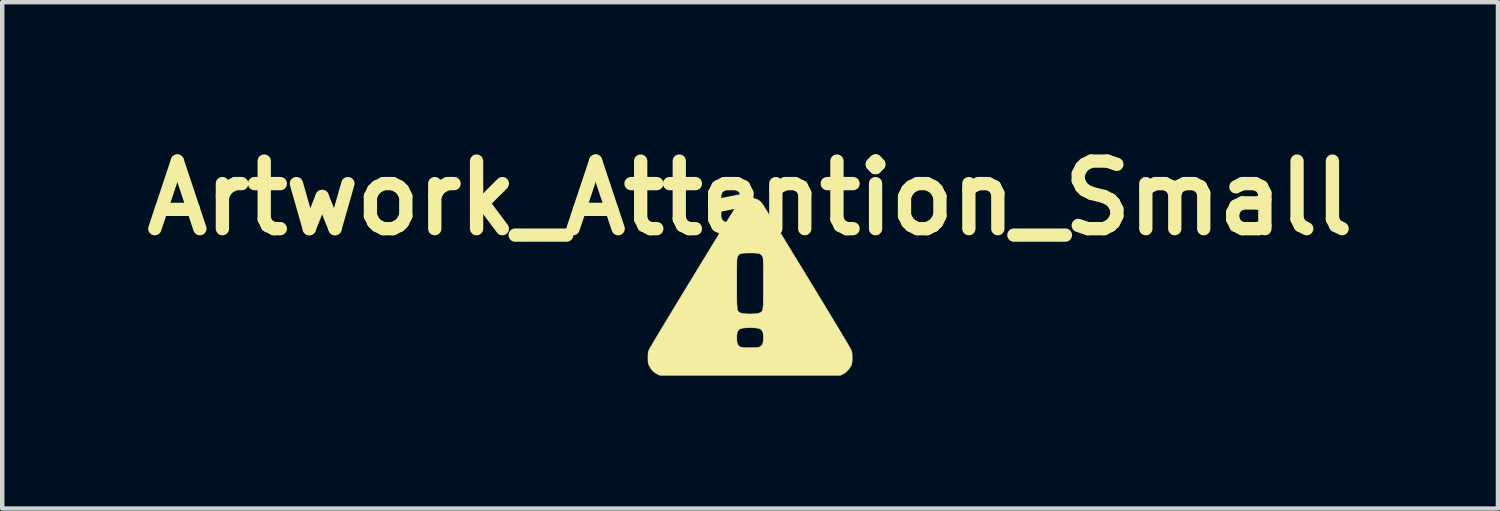
<source format=kicad_pcb>
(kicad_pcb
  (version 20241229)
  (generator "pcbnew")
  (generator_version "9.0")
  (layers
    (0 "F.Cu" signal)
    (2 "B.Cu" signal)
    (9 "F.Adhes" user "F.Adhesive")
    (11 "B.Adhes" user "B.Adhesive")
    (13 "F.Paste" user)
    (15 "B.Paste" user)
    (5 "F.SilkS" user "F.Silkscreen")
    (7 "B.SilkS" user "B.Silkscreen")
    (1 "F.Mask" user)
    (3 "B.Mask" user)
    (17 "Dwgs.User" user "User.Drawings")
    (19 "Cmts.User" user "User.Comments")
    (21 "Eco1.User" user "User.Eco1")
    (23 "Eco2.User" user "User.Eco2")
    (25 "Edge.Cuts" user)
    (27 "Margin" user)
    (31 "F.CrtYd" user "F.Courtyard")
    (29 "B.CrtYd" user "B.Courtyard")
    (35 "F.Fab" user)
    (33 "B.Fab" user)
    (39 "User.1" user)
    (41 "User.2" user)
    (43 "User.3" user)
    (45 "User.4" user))
  (footprint "Artwork_Attention_Small"
    (layer "F.Cu")
    (at 13.868 3.418)
    (property "Reference" "Artwork_Attention_Small" (at 0 -2 0) (layer "F.SilkS") (effects (font (size 1.524 1.524) (thickness 0.3))))
    (attr through_hole)
    (fp_poly (pts (xy 0.073 -1.989) (xy 0.13 -1.981) (xy 0.175 -1.963) (xy 0.217 -1.935) (xy 0.259 -1.892) (xy 0.267 -1.884) (xy 0.277 -1.869) (xy 0.299 -1.836) (xy 0.331 -1.785) (xy 0.373 -1.719) (xy 0.423 -1.638) (xy 0.482 -1.543) (xy 0.547 -1.437) (xy 0.619 -1.319) (xy 0.697 -1.193) (xy 0.78 -1.058) (xy 0.867 -0.916) (xy 0.957 -0.768) (xy 1.05 -0.616) (xy 1.145 -0.461) (xy 1.24 -0.305) (xy 1.336 -0.147) (xy 1.431 0.009) (xy 1.525 0.164) (xy 1.617 0.315) (xy 1.705 0.461) (xy 1.791 0.602) (xy 1.871 0.735) (xy 1.947 0.86) (xy 2.016 0.975) (xy 2.078 1.079) (xy 2.133 1.171) (xy 2.18 1.249) (xy 2.217 1.313) (xy 2.245 1.36) (xy 2.261 1.39) (xy 2.263 1.393) (xy 2.281 1.428) (xy 2.292 1.456) (xy 2.299 1.484) (xy 2.302 1.518) (xy 2.303 1.566) (xy 2.303 1.598) (xy 2.303 1.659) (xy 2.3 1.704) (xy 2.294 1.737) (xy 2.284 1.766) (xy 2.278 1.78) (xy 2.241 1.842) (xy 2.191 1.9) (xy 2.134 1.948) (xy 2.095 1.97) (xy 2.038 1.997) (xy -2.038 1.997) (xy -2.095 1.97) (xy -2.167 1.924) (xy -2.228 1.86) (xy -2.272 1.79) (xy -2.286 1.759) (xy -2.295 1.731) (xy -2.3 1.699) (xy -2.303 1.658) (xy -2.303 1.6) (xy -2.303 1.599) (xy -2.303 1.541) (xy -2.301 1.5) (xy -2.296 1.469) (xy -2.287 1.442) (xy -2.273 1.411) (xy -2.268 1.402) (xy -2.255 1.378) (xy -2.231 1.336) (xy -2.196 1.277) (xy -2.152 1.203) (xy -2.123 1.154) (xy -0.3 1.154) (xy -0.298 1.223) (xy -0.289 1.273) (xy -0.273 1.31) (xy -0.247 1.338) (xy -0.227 1.351) (xy -0.211 1.36) (xy -0.192 1.366) (xy -0.166 1.37) (xy -0.128 1.372) (xy -0.076 1.374) (xy -0.005 1.374) (xy -0.002 1.374) (xy 0.074 1.373) (xy 0.131 1.372) (xy 0.171 1.369) (xy 0.2 1.364) (xy 0.219 1.357) (xy 0.22 1.356) (xy 0.255 1.332) (xy 0.279 1.3) (xy 0.293 1.255) (xy 0.299 1.194) (xy 0.3 1.156) (xy 0.298 1.085) (xy 0.289 1.03) (xy 0.271 0.989) (xy 0.242 0.959) (xy 0.199 0.94) (xy 0.139 0.929) (xy 0.06 0.924) (xy 0 0.924) (xy -0.092 0.926) (xy -0.163 0.932) (xy -0.216 0.946) (xy -0.254 0.969) (xy -0.279 1.003) (xy -0.293 1.049) (xy -0.299 1.109) (xy -0.3 1.154) (xy -2.123 1.154) (xy -2.1 1.116) (xy -2.04 1.015) (xy -1.972 0.903) (xy -1.899 0.781) (xy -1.82 0.651) (xy -1.736 0.512) (xy -1.648 0.367) (xy -1.557 0.217) (xy -1.464 0.064) (xy -1.375 -0.083) (xy -0.3 -0.083) (xy -0.3 0.054) (xy -0.3 0.17) (xy -0.299 0.266) (xy -0.298 0.345) (xy -0.296 0.409) (xy -0.292 0.459) (xy -0.288 0.497) (xy -0.281 0.526) (xy -0.273 0.547) (xy -0.263 0.561) (xy -0.25 0.572) (xy -0.234 0.581) (xy -0.216 0.589) (xy -0.214 0.59) (xy -0.177 0.601) (xy -0.123 0.608) (xy -0.057 0.612) (xy 0.013 0.613) (xy 0.082 0.611) (xy 0.144 0.606) (xy 0.193 0.597) (xy 0.214 0.59) (xy 0.233 0.582) (xy 0.249 0.573) (xy 0.262 0.562) (xy 0.272 0.548) (xy 0.281 0.528) (xy 0.287 0.5) (xy 0.292 0.463) (xy 0.296 0.414) (xy 0.298 0.351) (xy 0.299 0.274) (xy 0.3 0.179) (xy 0.3 0.065) (xy 0.3 -0.07) (xy 0.3 -0.083) (xy 0.3 -0.212) (xy 0.3 -0.321) (xy 0.3 -0.41) (xy 0.299 -0.483) (xy 0.298 -0.54) (xy 0.297 -0.585) (xy 0.295 -0.618) (xy 0.292 -0.643) (xy 0.289 -0.661) (xy 0.285 -0.674) (xy 0.281 -0.684) (xy 0.278 -0.689) (xy 0.26 -0.714) (xy 0.24 -0.733) (xy 0.214 -0.746) (xy 0.179 -0.755) (xy 0.13 -0.759) (xy 0.065 -0.762) (xy 0 -0.762) (xy -0.081 -0.761) (xy -0.142 -0.759) (xy -0.188 -0.753) (xy -0.221 -0.744) (xy -0.245 -0.729) (xy -0.264 -0.709) (xy -0.278 -0.689) (xy -0.283 -0.68) (xy -0.287 -0.669) (xy -0.29 -0.655) (xy -0.293 -0.634) (xy -0.296 -0.606) (xy -0.297 -0.569) (xy -0.298 -0.519) (xy -0.299 -0.456) (xy -0.3 -0.377) (xy -0.3 -0.28) (xy -0.3 -0.163) (xy -0.3 -0.083) (xy -1.375 -0.083) (xy -1.369 -0.092) (xy -1.273 -0.25) (xy -1.177 -0.407) (xy -1.082 -0.563) (xy -0.988 -0.716) (xy -0.897 -0.866) (xy -0.808 -1.011) (xy -0.724 -1.149) (xy -0.643 -1.279) (xy -0.569 -1.401) (xy -0.5 -1.512) (xy -0.438 -1.612) (xy -0.384 -1.699) (xy -0.338 -1.772) (xy -0.302 -1.83) (xy -0.276 -1.871) (xy -0.26 -1.894) (xy -0.256 -1.899) (xy -0.213 -1.938) (xy -0.172 -1.965) (xy -0.127 -1.981) (xy -0.072 -1.989) (xy -0.000157 -1.992) (xy 0 -1.992) (xy 0.073 -1.989)) (stroke (width 0.01) (type solid)) (fill yes) (layer "F.SilkS")))
  (gr_rect
    (start -3 -3)
    (end 30.737 8.42)
    (stroke (width 0.1) (type default))
    (fill no)
    (layer "Edge.Cuts")))
</source>
